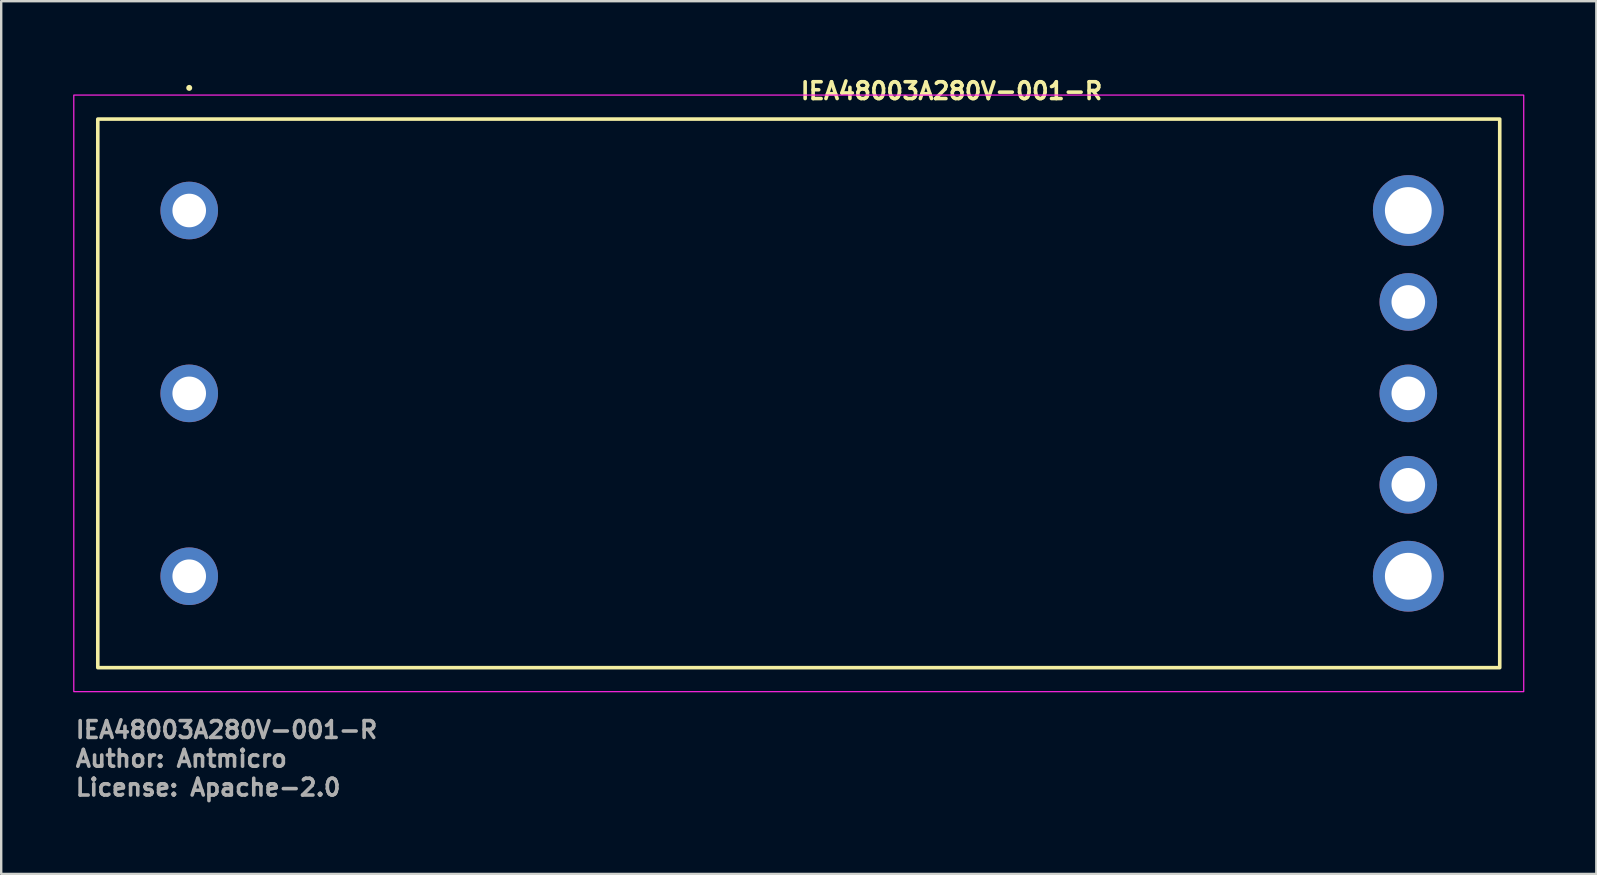
<source format=kicad_pcb>
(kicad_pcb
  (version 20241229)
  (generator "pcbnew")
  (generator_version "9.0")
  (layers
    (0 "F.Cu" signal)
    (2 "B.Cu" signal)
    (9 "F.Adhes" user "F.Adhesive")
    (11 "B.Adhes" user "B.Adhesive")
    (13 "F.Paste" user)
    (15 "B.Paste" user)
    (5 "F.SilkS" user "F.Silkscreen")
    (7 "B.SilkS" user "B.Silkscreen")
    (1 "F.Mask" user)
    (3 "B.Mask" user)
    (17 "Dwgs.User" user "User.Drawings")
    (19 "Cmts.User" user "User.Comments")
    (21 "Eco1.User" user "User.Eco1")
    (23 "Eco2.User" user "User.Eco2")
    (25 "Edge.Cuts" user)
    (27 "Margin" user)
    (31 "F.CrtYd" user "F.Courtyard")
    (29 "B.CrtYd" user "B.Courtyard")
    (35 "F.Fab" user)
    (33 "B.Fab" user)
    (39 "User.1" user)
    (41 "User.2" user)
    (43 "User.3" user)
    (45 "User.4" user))
  (footprint "IEA48003A280V-001-R"
    (layer "F.Cu")
    (at 4.835 5.722)
    (property "Reference" "IEA48003A280V-001-R" (at 25.4 -4.572 0) (unlocked yes) (layer "F.SilkS") (effects (font (size 0.7 0.7) (thickness 0.15)) (justify left bottom)))
    (attr through_hole)
    (fp_rect (start 54.61 19.05) (end -3.81 -3.81) (stroke (width 0.15) (type solid)) (fill no) (layer "F.SilkS"))
    (fp_circle (center 0 -5.11) (end 0.05 -5.11) (stroke (width 0.15) (type solid)) (fill yes) (layer "F.SilkS"))
    (fp_rect (start -4.81 -4.81) (end 55.61 20.05) (stroke (width 0.05) (type solid)) (fill no) (layer "F.CrtYd"))
    (fp_rect (start -3.812 -3.811) (end 54.608 19.049) (stroke (width 0.1) (type solid)) (fill no) (layer "User.5"))
    (fp_line (start -3.812 -3.811) (end 15.416 -3.811) (stroke (width 0.02) (type solid)) (layer "User.9"))
    (fp_line (start -3.812 19.049) (end -3.812 -3.811) (stroke (width 0.02) (type solid)) (layer "User.9"))
    (fp_line (start -2.822 3.073) (end -2.822 5.562) (stroke (width 0.02) (type solid)) (layer "User.9"))
    (fp_line (start -2.822 3.073) (end -2.009 3.073) (stroke (width 0.02) (type solid)) (layer "User.9"))
    (fp_line (start -2.822 5.562) (end -2.009 5.562) (stroke (width 0.02) (type solid)) (layer "User.9"))
    (fp_line (start -2.009 3.073) (end -2.009 5.562) (stroke (width 0.02) (type solid)) (layer "User.9"))
    (fp_line (start -0.063 9.664) (end -0.063 9.156) (stroke (width 0.02) (type solid)) (layer "User.9"))
    (fp_line (start -0.063 10.614) (end -0.063 10.106) (stroke (width 0.02) (type solid)) (layer "User.9"))
    (fp_line (start 0.14 9.664) (end 0.14 9.156) (stroke (width 0.02) (type solid)) (layer "User.9"))
    (fp_line (start 0.14 10.614) (end 0.14 10.106) (stroke (width 0.02) (type solid)) (layer "User.9"))
    (fp_line (start 0.14 11.564) (end 0.14 11.056) (stroke (width 0.02) (type solid)) (layer "User.9"))
    (fp_line (start 0.242 9.664) (end 0.242 9.156) (stroke (width 0.02) (type solid)) (layer "User.9"))
    (fp_line (start 0.242 10.614) (end 0.242 10.106) (stroke (width 0.02) (type solid)) (layer "User.9"))
    (fp_line (start 0.242 11.564) (end 0.242 11.056) (stroke (width 0.02) (type solid)) (layer "User.9"))
    (fp_line (start 0.259 9.664) (end 0.259 9.156) (stroke (width 0.02) (type solid)) (layer "User.9"))
    (fp_line (start 0.259 10.614) (end 0.259 10.106) (stroke (width 0.02) (type solid)) (layer "User.9"))
    (fp_line (start 0.259 11.564) (end 0.259 11.056) (stroke (width 0.02) (type solid)) (layer "User.9"))
    (fp_line (start 0.462 9.664) (end 0.462 9.156) (stroke (width 0.02) (type solid)) (layer "User.9"))
    (fp_line (start 0.462 10.614) (end 0.462 10.106) (stroke (width 0.02) (type solid)) (layer "User.9"))
    (fp_line (start 0.462 11.564) (end 0.462 11.056) (stroke (width 0.02) (type solid)) (layer "User.9"))
    (fp_line (start 0.585 8.861) (end 0.665 8.861) (stroke (width 0.02) (type solid)) (layer "User.9"))
    (fp_line (start 0.585 9.156) (end 0.585 8.861) (stroke (width 0.02) (type solid)) (layer "User.9"))
    (fp_line (start 0.585 10.106) (end 0.585 9.664) (stroke (width 0.02) (type solid)) (layer "User.9"))
    (fp_line (start 0.585 11.056) (end 0.585 10.614) (stroke (width 0.02) (type solid)) (layer "User.9"))
    (fp_line (start 0.585 11.858) (end 0.585 11.564) (stroke (width 0.02) (type solid)) (layer "User.9"))
    (fp_line (start 0.585 11.858) (end 0.665 11.858) (stroke (width 0.02) (type solid)) (layer "User.9"))
    (fp_line (start 0.665 8.861) (end 2.207 8.861) (stroke (width 0.02) (type solid)) (layer "User.9"))
    (fp_line (start 0.665 11.858) (end 0.665 8.861) (stroke (width 0.02) (type solid)) (layer "User.9"))
    (fp_line (start 0.665 11.858) (end 2.207 11.858) (stroke (width 0.02) (type solid)) (layer "User.9"))
    (fp_line (start 1.344 3.073) (end -2.009 3.073) (stroke (width 0.02) (type solid)) (layer "User.9"))
    (fp_line (start 1.344 3.073) (end 1.344 5.562) (stroke (width 0.02) (type solid)) (layer "User.9"))
    (fp_line (start 1.344 5.562) (end -2.009 5.562) (stroke (width 0.02) (type solid)) (layer "User.9"))
    (fp_line (start 1.674 14.858) (end 1.674 15.112) (stroke (width 0.02) (type solid)) (layer "User.9"))
    (fp_line (start 1.674 14.858) (end 4.214 14.858) (stroke (width 0.02) (type solid)) (layer "User.9"))
    (fp_line (start 1.674 15.112) (end 1.674 17.805) (stroke (width 0.02) (type solid)) (layer "User.9"))
    (fp_line (start 1.674 15.112) (end 4.214 15.112) (stroke (width 0.02) (type solid)) (layer "User.9"))
    (fp_line (start 1.674 17.805) (end 1.674 18.059) (stroke (width 0.02) (type solid)) (layer "User.9"))
    (fp_line (start 1.674 17.805) (end 4.214 17.805) (stroke (width 0.02) (type solid)) (layer "User.9"))
    (fp_line (start 1.674 18.059) (end 4.214 18.059) (stroke (width 0.02) (type solid)) (layer "User.9"))
    (fp_line (start 2.157 3.073) (end 1.344 3.073) (stroke (width 0.02) (type solid)) (layer "User.9"))
    (fp_line (start 2.157 3.073) (end 2.157 5.562) (stroke (width 0.02) (type solid)) (layer "User.9"))
    (fp_line (start 2.157 5.562) (end 1.344 5.562) (stroke (width 0.02) (type solid)) (layer "User.9"))
    (fp_line (start 2.207 8.861) (end 2.287 8.861) (stroke (width 0.02) (type solid)) (layer "User.9"))
    (fp_line (start 2.207 11.858) (end 2.207 8.861) (stroke (width 0.02) (type solid)) (layer "User.9"))
    (fp_line (start 2.207 11.858) (end 2.287 11.858) (stroke (width 0.02) (type solid)) (layer "User.9"))
    (fp_line (start 2.284 -3.303) (end 2.284 -0.763) (stroke (width 0.02) (type solid)) (layer "User.9"))
    (fp_line (start 2.284 -0.763) (end 2.284 0.879) (stroke (width 0.02) (type solid)) (layer "User.9"))
    (fp_line (start 2.284 0.879) (end 3.182 1.777) (stroke (width 0.02) (type solid)) (layer "User.9"))
    (fp_line (start 2.287 9.156) (end 2.287 8.861) (stroke (width 0.02) (type solid)) (layer "User.9"))
    (fp_line (start 2.287 10.106) (end 2.287 9.664) (stroke (width 0.02) (type solid)) (layer "User.9"))
    (fp_line (start 2.287 11.056) (end 2.287 10.614) (stroke (width 0.02) (type solid)) (layer "User.9"))
    (fp_line (start 2.287 11.858) (end 2.287 11.564) (stroke (width 0.02) (type solid)) (layer "User.9"))
    (fp_line (start 2.41 9.664) (end 2.41 9.156) (stroke (width 0.02) (type solid)) (layer "User.9"))
    (fp_line (start 2.41 10.614) (end 2.41 10.106) (stroke (width 0.02) (type solid)) (layer "User.9"))
    (fp_line (start 2.41 11.564) (end 2.41 11.056) (stroke (width 0.02) (type solid)) (layer "User.9"))
    (fp_line (start 2.612 9.664) (end 2.612 9.156) (stroke (width 0.02) (type solid)) (layer "User.9"))
    (fp_line (start 2.612 10.614) (end 2.612 10.106) (stroke (width 0.02) (type solid)) (layer "User.9"))
    (fp_line (start 2.612 11.564) (end 2.612 11.056) (stroke (width 0.02) (type solid)) (layer "User.9"))
    (fp_line (start 2.63 9.664) (end 2.63 9.156) (stroke (width 0.02) (type solid)) (layer "User.9"))
    (fp_line (start 2.63 10.614) (end 2.63 10.106) (stroke (width 0.02) (type solid)) (layer "User.9"))
    (fp_line (start 2.63 11.564) (end 2.63 11.056) (stroke (width 0.02) (type solid)) (layer "User.9"))
    (fp_line (start 2.731 9.664) (end 2.731 9.156) (stroke (width 0.02) (type solid)) (layer "User.9"))
    (fp_line (start 2.731 10.614) (end 2.731 10.106) (stroke (width 0.02) (type solid)) (layer "User.9"))
    (fp_line (start 2.731 11.564) (end 2.731 11.056) (stroke (width 0.02) (type solid)) (layer "User.9"))
    (fp_line (start 3.182 1.777) (end 4.824 1.777) (stroke (width 0.02) (type solid)) (layer "User.9"))
    (fp_line (start 3.376 8.826) (end 3.376 9.13) (stroke (width 0.02) (type solid)) (layer "User.9"))
    (fp_line (start 3.376 8.826) (end 3.528 8.826) (stroke (width 0.02) (type solid)) (layer "User.9"))
    (fp_line (start 3.376 9.13) (end 3.528 9.13) (stroke (width 0.02) (type solid)) (layer "User.9"))
    (fp_line (start 3.376 10.096) (end 3.376 10.4) (stroke (width 0.02) (type solid)) (layer "User.9"))
    (fp_line (start 3.376 10.096) (end 3.528 10.096) (stroke (width 0.02) (type solid)) (layer "User.9"))
    (fp_line (start 3.376 10.4) (end 3.528 10.4) (stroke (width 0.02) (type solid)) (layer "User.9"))
    (fp_line (start 3.376 11.366) (end 3.376 11.67) (stroke (width 0.02) (type solid)) (layer "User.9"))
    (fp_line (start 3.376 11.366) (end 3.528 11.366) (stroke (width 0.02) (type solid)) (layer "User.9"))
    (fp_line (start 3.376 11.67) (end 3.528 11.67) (stroke (width 0.02) (type solid)) (layer "User.9"))
    (fp_line (start 3.376 12.636) (end 3.376 12.94) (stroke (width 0.02) (type solid)) (layer "User.9"))
    (fp_line (start 3.376 12.636) (end 3.528 12.636) (stroke (width 0.02) (type solid)) (layer "User.9"))
    (fp_line (start 3.376 12.94) (end 3.528 12.94) (stroke (width 0.02) (type solid)) (layer "User.9"))
    (fp_line (start 3.528 8.432) (end 3.528 8.826) (stroke (width 0.02) (type solid)) (layer "User.9"))
    (fp_line (start 3.528 8.432) (end 5.738 8.432) (stroke (width 0.02) (type solid)) (layer "User.9"))
    (fp_line (start 3.528 8.826) (end 3.528 9.13) (stroke (width 0.02) (type solid)) (layer "User.9"))
    (fp_line (start 3.528 9.13) (end 3.528 10.096) (stroke (width 0.02) (type solid)) (layer "User.9"))
    (fp_line (start 3.528 10.096) (end 3.528 10.4) (stroke (width 0.02) (type solid)) (layer "User.9"))
    (fp_line (start 3.528 10.4) (end 3.528 11.366) (stroke (width 0.02) (type solid)) (layer "User.9"))
    (fp_line (start 3.528 11.366) (end 3.528 11.67) (stroke (width 0.02) (type solid)) (layer "User.9"))
    (fp_line (start 3.528 11.67) (end 3.528 12.636) (stroke (width 0.02) (type solid)) (layer "User.9"))
    (fp_line (start 3.528 12.636) (end 3.528 12.94) (stroke (width 0.02) (type solid)) (layer "User.9"))
    (fp_line (start 3.528 12.94) (end 3.528 13.334) (stroke (width 0.02) (type solid)) (layer "User.9"))
    (fp_line (start 3.528 13.334) (end 5.738 13.334) (stroke (width 0.02) (type solid)) (layer "User.9"))
    (fp_line (start 3.697 8.601) (end 3.528 8.432) (stroke (width 0.02) (type solid)) (layer "User.9"))
    (fp_line (start 3.697 8.601) (end 3.697 13.165) (stroke (width 0.02) (type solid)) (layer "User.9"))
    (fp_line (start 3.697 13.165) (end 3.528 13.334) (stroke (width 0.02) (type solid)) (layer "User.9"))
    (fp_line (start 3.697 13.165) (end 3.846 13.016) (stroke (width 0.02) (type solid)) (layer "User.9"))
    (fp_line (start 3.846 8.75) (end 3.697 8.601) (stroke (width 0.02) (type solid)) (layer "User.9"))
    (fp_line (start 3.846 8.75) (end 3.846 13.016) (stroke (width 0.02) (type solid)) (layer "User.9"))
    (fp_line (start 3.846 8.75) (end 9.104 8.75) (stroke (width 0.02) (type solid)) (layer "User.9"))
    (fp_line (start 4.214 14.858) (end 4.214 15.112) (stroke (width 0.02) (type solid)) (layer "User.9"))
    (fp_line (start 4.214 15.112) (end 4.214 17.805) (stroke (width 0.02) (type solid)) (layer "User.9"))
    (fp_line (start 4.214 17.805) (end 4.214 18.059) (stroke (width 0.02) (type solid)) (layer "User.9"))
    (fp_line (start 4.722 14.858) (end 4.722 15.112) (stroke (width 0.02) (type solid)) (layer "User.9"))
    (fp_line (start 4.722 14.858) (end 7.262 14.858) (stroke (width 0.02) (type solid)) (layer "User.9"))
    (fp_line (start 4.722 15.112) (end 4.722 17.805) (stroke (width 0.02) (type solid)) (layer "User.9"))
    (fp_line (start 4.722 15.112) (end 7.262 15.112) (stroke (width 0.02) (type solid)) (layer "User.9"))
    (fp_line (start 4.722 17.805) (end 4.722 18.059) (stroke (width 0.02) (type solid)) (layer "User.9"))
    (fp_line (start 4.722 17.805) (end 7.262 17.805) (stroke (width 0.02) (type solid)) (layer "User.9"))
    (fp_line (start 4.722 18.059) (end 7.262 18.059) (stroke (width 0.02) (type solid)) (layer "User.9"))
    (fp_line (start 4.824 -3.303) (end 2.284 -3.303) (stroke (width 0.02) (type solid)) (layer "User.9"))
    (fp_line (start 4.824 1.777) (end 7.364 1.777) (stroke (width 0.02) (type solid)) (layer "User.9"))
    (fp_line (start 5.738 8.254) (end 5.992 8.254) (stroke (width 0.02) (type solid)) (layer "User.9"))
    (fp_line (start 5.738 8.432) (end 5.738 8.254) (stroke (width 0.02) (type solid)) (layer "User.9"))
    (fp_line (start 5.738 8.432) (end 5.992 8.432) (stroke (width 0.02) (type solid)) (layer "User.9"))
    (fp_line (start 5.738 13.334) (end 5.738 13.512) (stroke (width 0.02) (type solid)) (layer "User.9"))
    (fp_line (start 5.738 13.334) (end 5.992 13.334) (stroke (width 0.02) (type solid)) (layer "User.9"))
    (fp_line (start 5.738 13.512) (end 5.992 13.512) (stroke (width 0.02) (type solid)) (layer "User.9"))
    (fp_line (start 5.992 8.432) (end 5.992 8.254) (stroke (width 0.02) (type solid)) (layer "User.9"))
    (fp_line (start 5.992 8.432) (end 9.421 8.432) (stroke (width 0.02) (type solid)) (layer "User.9"))
    (fp_line (start 5.992 13.334) (end 5.992 13.512) (stroke (width 0.02) (type solid)) (layer "User.9"))
    (fp_line (start 5.992 13.334) (end 9.421 13.334) (stroke (width 0.02) (type solid)) (layer "User.9"))
    (fp_line (start 6.466 -3.303) (end 4.824 -3.303) (stroke (width 0.02) (type solid)) (layer "User.9"))
    (fp_line (start 7.262 14.858) (end 7.262 15.112) (stroke (width 0.02) (type solid)) (layer "User.9"))
    (fp_line (start 7.262 15.112) (end 7.262 17.805) (stroke (width 0.02) (type solid)) (layer "User.9"))
    (fp_line (start 7.262 17.805) (end 7.262 18.059) (stroke (width 0.02) (type solid)) (layer "User.9"))
    (fp_line (start 7.364 -2.405) (end 6.466 -3.303) (stroke (width 0.02) (type solid)) (layer "User.9"))
    (fp_line (start 7.364 -0.763) (end 7.364 -2.405) (stroke (width 0.02) (type solid)) (layer "User.9"))
    (fp_line (start 7.364 1.777) (end 7.364 -0.763) (stroke (width 0.02) (type solid)) (layer "User.9"))
    (fp_line (start 9.104 8.75) (end 9.104 13.016) (stroke (width 0.02) (type solid)) (layer "User.9"))
    (fp_line (start 9.104 13.016) (end 3.846 13.016) (stroke (width 0.02) (type solid)) (layer "User.9"))
    (fp_line (start 9.104 13.016) (end 9.253 13.165) (stroke (width 0.02) (type solid)) (layer "User.9"))
    (fp_line (start 9.253 8.601) (end 3.697 8.601) (stroke (width 0.02) (type solid)) (layer "User.9"))
    (fp_line (start 9.253 8.601) (end 9.104 8.75) (stroke (width 0.02) (type solid)) (layer "User.9"))
    (fp_line (start 9.253 8.601) (end 9.253 13.165) (stroke (width 0.02) (type solid)) (layer "User.9"))
    (fp_line (start 9.253 13.165) (end 3.697 13.165) (stroke (width 0.02) (type solid)) (layer "User.9"))
    (fp_line (start 9.421 8.432) (end 9.253 8.601) (stroke (width 0.02) (type solid)) (layer "User.9"))
    (fp_line (start 9.421 8.432) (end 9.421 8.826) (stroke (width 0.02) (type solid)) (layer "User.9"))
    (fp_line (start 9.421 8.826) (end 9.421 9.13) (stroke (width 0.02) (type solid)) (layer "User.9"))
    (fp_line (start 9.421 9.13) (end 9.421 10.096) (stroke (width 0.02) (type solid)) (layer "User.9"))
    (fp_line (start 9.421 10.096) (end 9.421 10.4) (stroke (width 0.02) (type solid)) (layer "User.9"))
    (fp_line (start 9.421 10.4) (end 9.421 11.366) (stroke (width 0.02) (type solid)) (layer "User.9"))
    (fp_line (start 9.421 11.366) (end 9.421 11.67) (stroke (width 0.02) (type solid)) (layer "User.9"))
    (fp_line (start 9.421 11.67) (end 9.421 12.636) (stroke (width 0.02) (type solid)) (layer "User.9"))
    (fp_line (start 9.421 12.636) (end 9.421 12.94) (stroke (width 0.02) (type solid)) (layer "User.9"))
    (fp_line (start 9.421 12.94) (end 9.421 13.334) (stroke (width 0.02) (type solid)) (layer "User.9"))
    (fp_line (start 9.421 13.334) (end 9.253 13.165) (stroke (width 0.02) (type solid)) (layer "User.9"))
    (fp_line (start 9.574 8.826) (end 9.421 8.826) (stroke (width 0.02) (type solid)) (layer "User.9"))
    (fp_line (start 9.574 8.826) (end 9.574 9.13) (stroke (width 0.02) (type solid)) (layer "User.9"))
    (fp_line (start 9.574 9.13) (end 9.421 9.13) (stroke (width 0.02) (type solid)) (layer "User.9"))
    (fp_line (start 9.574 10.096) (end 9.421 10.096) (stroke (width 0.02) (type solid)) (layer "User.9"))
    (fp_line (start 9.574 10.096) (end 9.574 10.4) (stroke (width 0.02) (type solid)) (layer "User.9"))
    (fp_line (start 9.574 10.4) (end 9.421 10.4) (stroke (width 0.02) (type solid)) (layer "User.9"))
    (fp_line (start 9.574 11.366) (end 9.421 11.366) (stroke (width 0.02) (type solid)) (layer "User.9"))
    (fp_line (start 9.574 11.366) (end 9.574 11.67) (stroke (width 0.02) (type solid)) (layer "User.9"))
    (fp_line (start 9.574 11.67) (end 9.421 11.67) (stroke (width 0.02) (type solid)) (layer "User.9"))
    (fp_line (start 9.574 12.636) (end 9.421 12.636) (stroke (width 0.02) (type solid)) (layer "User.9"))
    (fp_line (start 9.574 12.636) (end 9.574 12.94) (stroke (width 0.02) (type solid)) (layer "User.9"))
    (fp_line (start 9.574 12.94) (end 9.421 12.94) (stroke (width 0.02) (type solid)) (layer "User.9"))
    (fp_line (start 9.624 3.022) (end 9.624 3.53) (stroke (width 0.02) (type solid)) (layer "User.9"))
    (fp_line (start 9.624 3.022) (end 11.453 3.022) (stroke (width 0.02) (type solid)) (layer "User.9"))
    (fp_line (start 9.624 3.53) (end 9.624 5.917) (stroke (width 0.02) (type solid)) (layer "User.9"))
    (fp_line (start 9.624 3.53) (end 11.453 3.53) (stroke (width 0.02) (type solid)) (layer "User.9"))
    (fp_line (start 9.624 5.917) (end 11.453 5.917) (stroke (width 0.02) (type solid)) (layer "User.9"))
    (fp_line (start 9.624 6.425) (end 9.624 5.917) (stroke (width 0.02) (type solid)) (layer "User.9"))
    (fp_line (start 9.624 6.425) (end 11.453 6.425) (stroke (width 0.02) (type solid)) (layer "User.9"))
    (fp_line (start 11.453 3.022) (end 11.453 3.53) (stroke (width 0.02) (type solid)) (layer "User.9"))
    (fp_line (start 11.453 3.53) (end 11.453 5.917) (stroke (width 0.02) (type solid)) (layer "User.9"))
    (fp_line (start 11.453 6.425) (end 11.453 5.917) (stroke (width 0.02) (type solid)) (layer "User.9"))
    (fp_line (start 12.799 0.075) (end 12.799 0.787) (stroke (width 0.02) (type solid)) (layer "User.9"))
    (fp_line (start 12.799 0.787) (end 13.257 1.244) (stroke (width 0.02) (type solid)) (layer "User.9"))
    (fp_line (start 12.799 9.677) (end 12.799 10.388) (stroke (width 0.02) (type solid)) (layer "User.9"))
    (fp_line (start 12.799 10.388) (end 16.736 14.325) (stroke (width 0.02) (type solid)) (layer "User.9"))
    (fp_line (start 13.257 1.244) (end 13.502 1.244) (stroke (width 0.02) (type solid)) (layer "User.9"))
    (fp_line (start 13.257 9.219) (end 12.799 9.677) (stroke (width 0.02) (type solid)) (layer "User.9"))
    (fp_line (start 13.333 0.533) (end 17.143 -3.709) (stroke (width 0.02) (type solid)) (layer "User.9"))
    (fp_line (start 13.333 9.931) (end 14.45 5.232) (stroke (width 0.02) (type solid)) (layer "User.9"))
    (fp_line (start 13.417 9.577) (end 13.502 9.219) (stroke (width 0.02) (type solid)) (layer "User.9"))
    (fp_line (start 13.502 1.244) (end 13.417 0.886) (stroke (width 0.02) (type solid)) (layer "User.9"))
    (fp_line (start 13.502 9.219) (end 13.257 9.219) (stroke (width 0.02) (type solid)) (layer "User.9"))
    (fp_line (start 14.45 5.232) (end 13.333 0.533) (stroke (width 0.02) (type solid)) (layer "User.9"))
    (fp_line (start 15.416 -3.811) (end 15.416 -2.541) (stroke (width 0.02) (type solid)) (layer "User.9"))
    (fp_line (start 15.416 -2.541) (end 12.799 0.075) (stroke (width 0.02) (type solid)) (layer "User.9"))
    (fp_line (start 16 1.498) (end 16 9.118) (stroke (width 0.02) (type solid)) (layer "User.9"))
    (fp_line (start 16 9.118) (end 21.08 9.118) (stroke (width 0.02) (type solid)) (layer "User.9"))
    (fp_line (start 16.736 14.325) (end 20.343 14.325) (stroke (width 0.02) (type solid)) (layer "User.9"))
    (fp_line (start 17.143 14.172) (end 13.333 9.931) (stroke (width 0.02) (type solid)) (layer "User.9"))
    (fp_line (start 17.143 14.172) (end 19.937 14.172) (stroke (width 0.02) (type solid)) (layer "User.9"))
    (fp_line (start 19.937 -3.709) (end 17.143 -3.709) (stroke (width 0.02) (type solid)) (layer "User.9"))
    (fp_line (start 19.937 14.172) (end 23.747 9.931) (stroke (width 0.02) (type solid)) (layer "User.9"))
    (fp_line (start 20.343 14.325) (end 24.28 10.388) (stroke (width 0.02) (type solid)) (layer "User.9"))
    (fp_line (start 21.08 1.498) (end 16 1.498) (stroke (width 0.02) (type solid)) (layer "User.9"))
    (fp_line (start 21.08 9.118) (end 21.08 1.498) (stroke (width 0.02) (type solid)) (layer "User.9"))
    (fp_line (start 21.664 -3.811) (end 54.608 -3.811) (stroke (width 0.02) (type solid)) (layer "User.9"))
    (fp_line (start 21.664 -2.541) (end 21.664 -3.811) (stroke (width 0.02) (type solid)) (layer "User.9"))
    (fp_line (start 22.35 16.484) (end 22.553 16.484) (stroke (width 0.02) (type solid)) (layer "User.9"))
    (fp_line (start 22.35 16.89) (end 22.35 16.484) (stroke (width 0.02) (type solid)) (layer "User.9"))
    (fp_line (start 22.35 17.754) (end 22.35 18.16) (stroke (width 0.02) (type solid)) (layer "User.9"))
    (fp_line (start 22.35 18.16) (end 22.553 18.16) (stroke (width 0.02) (type solid)) (layer "User.9"))
    (fp_line (start 22.375 13.41) (end 22.375 15.442) (stroke (width 0.02) (type solid)) (layer "User.9"))
    (fp_line (start 22.553 16.077) (end 22.553 16.484) (stroke (width 0.02) (type solid)) (layer "User.9"))
    (fp_line (start 22.553 16.484) (end 22.553 16.89) (stroke (width 0.02) (type solid)) (layer "User.9"))
    (fp_line (start 22.553 16.89) (end 22.35 16.89) (stroke (width 0.02) (type solid)) (layer "User.9"))
    (fp_line (start 22.553 16.89) (end 22.553 17.754) (stroke (width 0.02) (type solid)) (layer "User.9"))
    (fp_line (start 22.553 17.754) (end 22.35 17.754) (stroke (width 0.02) (type solid)) (layer "User.9"))
    (fp_line (start 22.553 18.16) (end 22.553 17.754) (stroke (width 0.02) (type solid)) (layer "User.9"))
    (fp_line (start 22.553 18.16) (end 22.553 18.567) (stroke (width 0.02) (type solid)) (layer "User.9"))
    (fp_line (start 22.553 18.567) (end 27.125 18.567) (stroke (width 0.02) (type solid)) (layer "User.9"))
    (fp_line (start 22.629 5.232) (end 23.747 0.533) (stroke (width 0.02) (type solid)) (layer "User.9"))
    (fp_line (start 22.756 16.281) (end 22.553 16.077) (stroke (width 0.02) (type solid)) (layer "User.9"))
    (fp_line (start 22.756 16.281) (end 22.756 18.363) (stroke (width 0.02) (type solid)) (layer "User.9"))
    (fp_line (start 22.756 18.363) (end 22.553 18.567) (stroke (width 0.02) (type solid)) (layer "User.9"))
    (fp_line (start 22.756 18.363) (end 26.922 18.363) (stroke (width 0.02) (type solid)) (layer "User.9"))
    (fp_line (start 22.959 13.41) (end 22.375 13.41) (stroke (width 0.02) (type solid)) (layer "User.9"))
    (fp_line (start 22.959 13.41) (end 22.959 15.442) (stroke (width 0.02) (type solid)) (layer "User.9"))
    (fp_line (start 22.959 15.442) (end 22.375 15.442) (stroke (width 0.02) (type solid)) (layer "User.9"))
    (fp_line (start 23.578 1.244) (end 23.823 1.244) (stroke (width 0.02) (type solid)) (layer "User.9"))
    (fp_line (start 23.578 9.219) (end 23.663 9.577) (stroke (width 0.02) (type solid)) (layer "User.9"))
    (fp_line (start 23.663 0.886) (end 23.578 1.244) (stroke (width 0.02) (type solid)) (layer "User.9"))
    (fp_line (start 23.747 0.533) (end 19.937 -3.709) (stroke (width 0.02) (type solid)) (layer "User.9"))
    (fp_line (start 23.747 9.931) (end 22.629 5.232) (stroke (width 0.02) (type solid)) (layer "User.9"))
    (fp_line (start 23.823 1.244) (end 24.28 0.787) (stroke (width 0.02) (type solid)) (layer "User.9"))
    (fp_line (start 23.823 9.219) (end 23.578 9.219) (stroke (width 0.02) (type solid)) (layer "User.9"))
    (fp_line (start 24.28 0.075) (end 21.664 -2.541) (stroke (width 0.02) (type solid)) (layer "User.9"))
    (fp_line (start 24.28 0.787) (end 24.28 0.075) (stroke (width 0.02) (type solid)) (layer "User.9"))
    (fp_line (start 24.28 9.677) (end 23.823 9.219) (stroke (width 0.02) (type solid)) (layer "User.9"))
    (fp_line (start 24.28 10.388) (end 24.28 9.677) (stroke (width 0.02) (type solid)) (layer "User.9"))
    (fp_line (start 25.068 9.283) (end 25.068 9.363) (stroke (width 0.02) (type solid)) (layer "User.9"))
    (fp_line (start 25.068 9.283) (end 25.362 9.283) (stroke (width 0.02) (type solid)) (layer "User.9"))
    (fp_line (start 25.068 9.363) (end 25.068 10.905) (stroke (width 0.02) (type solid)) (layer "User.9"))
    (fp_line (start 25.068 9.363) (end 28.065 9.363) (stroke (width 0.02) (type solid)) (layer "User.9"))
    (fp_line (start 25.068 10.905) (end 25.068 10.985) (stroke (width 0.02) (type solid)) (layer "User.9"))
    (fp_line (start 25.068 10.905) (end 28.065 10.905) (stroke (width 0.02) (type solid)) (layer "User.9"))
    (fp_line (start 25.068 10.985) (end 25.362 10.985) (stroke (width 0.02) (type solid)) (layer "User.9"))
    (fp_line (start 25.362 8.838) (end 25.87 8.838) (stroke (width 0.02) (type solid)) (layer "User.9"))
    (fp_line (start 25.362 8.94) (end 25.87 8.94) (stroke (width 0.02) (type solid)) (layer "User.9"))
    (fp_line (start 25.362 8.957) (end 25.87 8.957) (stroke (width 0.02) (type solid)) (layer "User.9"))
    (fp_line (start 25.362 9.16) (end 25.87 9.16) (stroke (width 0.02) (type solid)) (layer "User.9"))
    (fp_line (start 25.362 11.108) (end 25.87 11.108) (stroke (width 0.02) (type solid)) (layer "User.9"))
    (fp_line (start 25.362 11.31) (end 25.87 11.31) (stroke (width 0.02) (type solid)) (layer "User.9"))
    (fp_line (start 25.362 11.328) (end 25.87 11.328) (stroke (width 0.02) (type solid)) (layer "User.9"))
    (fp_line (start 25.362 11.429) (end 25.87 11.429) (stroke (width 0.02) (type solid)) (layer "User.9"))
    (fp_line (start 25.87 9.283) (end 26.312 9.283) (stroke (width 0.02) (type solid)) (layer "User.9"))
    (fp_line (start 25.87 10.985) (end 26.312 10.985) (stroke (width 0.02) (type solid)) (layer "User.9"))
    (fp_line (start 26.312 8.635) (end 26.82 8.635) (stroke (width 0.02) (type solid)) (layer "User.9"))
    (fp_line (start 26.312 8.838) (end 26.82 8.838) (stroke (width 0.02) (type solid)) (layer "User.9"))
    (fp_line (start 26.312 8.94) (end 26.82 8.94) (stroke (width 0.02) (type solid)) (layer "User.9"))
    (fp_line (start 26.312 8.957) (end 26.82 8.957) (stroke (width 0.02) (type solid)) (layer "User.9"))
    (fp_line (start 26.312 9.16) (end 26.82 9.16) (stroke (width 0.02) (type solid)) (layer "User.9"))
    (fp_line (start 26.312 11.108) (end 26.82 11.108) (stroke (width 0.02) (type solid)) (layer "User.9"))
    (fp_line (start 26.312 11.31) (end 26.82 11.31) (stroke (width 0.02) (type solid)) (layer "User.9"))
    (fp_line (start 26.312 11.328) (end 26.82 11.328) (stroke (width 0.02) (type solid)) (layer "User.9"))
    (fp_line (start 26.312 11.429) (end 26.82 11.429) (stroke (width 0.02) (type solid)) (layer "User.9"))
    (fp_line (start 26.312 13.41) (end 22.959 13.41) (stroke (width 0.02) (type solid)) (layer "User.9"))
    (fp_line (start 26.312 13.41) (end 26.312 15.442) (stroke (width 0.02) (type solid)) (layer "User.9"))
    (fp_line (start 26.312 15.442) (end 22.959 15.442) (stroke (width 0.02) (type solid)) (layer "User.9"))
    (fp_line (start 26.82 9.283) (end 27.262 9.283) (stroke (width 0.02) (type solid)) (layer "User.9"))
    (fp_line (start 26.82 10.985) (end 27.262 10.985) (stroke (width 0.02) (type solid)) (layer "User.9"))
    (fp_line (start 26.896 13.41) (end 26.312 13.41) (stroke (width 0.02) (type solid)) (layer "User.9"))
    (fp_line (start 26.896 13.41) (end 26.896 15.442) (stroke (width 0.02) (type solid)) (layer "User.9"))
    (fp_line (start 26.896 15.442) (end 26.312 15.442) (stroke (width 0.02) (type solid)) (layer "User.9"))
    (fp_line (start 26.922 16.281) (end 22.756 16.281) (stroke (width 0.02) (type solid)) (layer "User.9"))
    (fp_line (start 26.922 16.281) (end 27.125 16.077) (stroke (width 0.02) (type solid)) (layer "User.9"))
    (fp_line (start 26.922 18.363) (end 26.922 16.281) (stroke (width 0.02) (type solid)) (layer "User.9"))
    (fp_line (start 26.922 18.363) (end 27.125 18.567) (stroke (width 0.02) (type solid)) (layer "User.9"))
    (fp_line (start 27.036 -2.3) (end 27.036 -2.554) (stroke (width 0.02) (type solid)) (layer "User.9"))
    (fp_line (start 27.036 -2.3) (end 27.036 2.628) (stroke (width 0.02) (type solid)) (layer "User.9"))
    (fp_line (start 27.036 2.628) (end 27.036 2.882) (stroke (width 0.02) (type solid)) (layer "User.9"))
    (fp_line (start 27.036 2.628) (end 31.075 2.628) (stroke (width 0.02) (type solid)) (layer "User.9"))
    (fp_line (start 27.036 2.882) (end 28.116 2.882) (stroke (width 0.02) (type solid)) (layer "User.9"))
    (fp_line (start 27.125 16.077) (end 22.553 16.077) (stroke (width 0.02) (type solid)) (layer "User.9"))
    (fp_line (start 27.125 16.484) (end 27.125 16.077) (stroke (width 0.02) (type solid)) (layer "User.9"))
    (fp_line (start 27.125 16.484) (end 27.125 16.89) (stroke (width 0.02) (type solid)) (layer "User.9"))
    (fp_line (start 27.125 16.89) (end 27.328 16.89) (stroke (width 0.02) (type solid)) (layer "User.9"))
    (fp_line (start 27.125 17.754) (end 27.125 16.89) (stroke (width 0.02) (type solid)) (layer "User.9"))
    (fp_line (start 27.125 17.754) (end 27.328 17.754) (stroke (width 0.02) (type solid)) (layer "User.9"))
    (fp_line (start 27.125 18.16) (end 27.125 17.754) (stroke (width 0.02) (type solid)) (layer "User.9"))
    (fp_line (start 27.125 18.567) (end 27.125 18.16) (stroke (width 0.02) (type solid)) (layer "User.9"))
    (fp_line (start 27.262 8.635) (end 27.77 8.635) (stroke (width 0.02) (type solid)) (layer "User.9"))
    (fp_line (start 27.262 8.838) (end 27.77 8.838) (stroke (width 0.02) (type solid)) (layer "User.9"))
    (fp_line (start 27.262 8.94) (end 27.77 8.94) (stroke (width 0.02) (type solid)) (layer "User.9"))
    (fp_line (start 27.262 8.957) (end 27.77 8.957) (stroke (width 0.02) (type solid)) (layer "User.9"))
    (fp_line (start 27.262 9.16) (end 27.77 9.16) (stroke (width 0.02) (type solid)) (layer "User.9"))
    (fp_line (start 27.262 11.108) (end 27.77 11.108) (stroke (width 0.02) (type solid)) (layer "User.9"))
    (fp_line (start 27.262 11.31) (end 27.77 11.31) (stroke (width 0.02) (type solid)) (layer "User.9"))
    (fp_line (start 27.262 11.328) (end 27.77 11.328) (stroke (width 0.02) (type solid)) (layer "User.9"))
    (fp_line (start 27.262 11.429) (end 27.77 11.429) (stroke (width 0.02) (type solid)) (layer "User.9"))
    (fp_line (start 27.328 16.484) (end 27.125 16.484) (stroke (width 0.02) (type solid)) (layer "User.9"))
    (fp_line (start 27.328 16.89) (end 27.328 16.484) (stroke (width 0.02) (type solid)) (layer "User.9"))
    (fp_line (start 27.328 17.754) (end 27.328 18.16) (stroke (width 0.02) (type solid)) (layer "User.9"))
    (fp_line (start 27.328 18.16) (end 27.125 18.16) (stroke (width 0.02) (type solid)) (layer "User.9"))
    (fp_line (start 27.633 -3.201) (end 27.633 -2.458) (stroke (width 0.02) (type solid)) (layer "User.9"))
    (fp_line (start 27.633 -2.554) (end 27.036 -2.554) (stroke (width 0.02) (type solid)) (layer "User.9"))
    (fp_line (start 27.77 9.283) (end 28.065 9.283) (stroke (width 0.02) (type solid)) (layer "User.9"))
    (fp_line (start 27.77 10.985) (end 28.065 10.985) (stroke (width 0.02) (type solid)) (layer "User.9"))
    (fp_line (start 28.065 9.283) (end 28.065 9.363) (stroke (width 0.02) (type solid)) (layer "User.9"))
    (fp_line (start 28.065 9.363) (end 28.065 10.905) (stroke (width 0.02) (type solid)) (layer "User.9"))
    (fp_line (start 28.065 10.905) (end 28.065 10.985) (stroke (width 0.02) (type solid)) (layer "User.9"))
    (fp_line (start 28.116 2.787) (end 28.116 3.835) (stroke (width 0.02) (type solid)) (layer "User.9"))
    (fp_line (start 28.116 3.835) (end 29.995 3.835) (stroke (width 0.02) (type solid)) (layer "User.9"))
    (fp_line (start 28.624 -3.201) (end 27.633 -3.201) (stroke (width 0.02) (type solid)) (layer "User.9"))
    (fp_line (start 28.624 -2.458) (end 27.633 -2.458) (stroke (width 0.02) (type solid)) (layer "User.9"))
    (fp_line (start 28.624 -2.458) (end 28.624 -3.201) (stroke (width 0.02) (type solid)) (layer "User.9"))
    (fp_line (start 29.487 -3.201) (end 30.478 -3.201) (stroke (width 0.02) (type solid)) (layer "User.9"))
    (fp_line (start 29.487 -2.554) (end 28.624 -2.554) (stroke (width 0.02) (type solid)) (layer "User.9"))
    (fp_line (start 29.487 -2.458) (end 29.487 -3.201) (stroke (width 0.02) (type solid)) (layer "User.9"))
    (fp_line (start 29.487 -2.458) (end 30.478 -2.458) (stroke (width 0.02) (type solid)) (layer "User.9"))
    (fp_line (start 29.995 2.787) (end 28.116 2.787) (stroke (width 0.02) (type solid)) (layer "User.9"))
    (fp_line (start 29.995 2.882) (end 31.075 2.882) (stroke (width 0.02) (type solid)) (layer "User.9"))
    (fp_line (start 29.995 3.835) (end 29.995 2.787) (stroke (width 0.02) (type solid)) (layer "User.9"))
    (fp_line (start 30.478 -3.201) (end 30.478 -2.458) (stroke (width 0.02) (type solid)) (layer "User.9"))
    (fp_line (start 30.757 11.302) (end 30.757 12.318) (stroke (width 0.02) (type solid)) (layer "User.9"))
    (fp_line (start 30.757 12.318) (end 31.214 12.318) (stroke (width 0.02) (type solid)) (layer "User.9"))
    (fp_line (start 30.859 5.613) (end 30.859 7.441) (stroke (width 0.02) (type solid)) (layer "User.9"))
    (fp_line (start 30.859 5.613) (end 31.367 5.613) (stroke (width 0.02) (type solid)) (layer "User.9"))
    (fp_line (start 30.859 7.441) (end 31.367 7.441) (stroke (width 0.02) (type solid)) (layer "User.9"))
    (fp_line (start 30.91 7.848) (end 30.91 10.439) (stroke (width 0.02) (type solid)) (layer "User.9"))
    (fp_line (start 30.91 7.848) (end 31.418 7.848) (stroke (width 0.02) (type solid)) (layer "User.9"))
    (fp_line (start 30.91 10.439) (end 31.418 10.439) (stroke (width 0.02) (type solid)) (layer "User.9"))
    (fp_line (start 31.075 -2.554) (end 30.478 -2.554) (stroke (width 0.02) (type solid)) (layer "User.9"))
    (fp_line (start 31.075 -2.3) (end 27.036 -2.3) (stroke (width 0.02) (type solid)) (layer "User.9"))
    (fp_line (start 31.075 -2.3) (end 31.075 -2.554) (stroke (width 0.02) (type solid)) (layer "User.9"))
    (fp_line (start 31.075 2.628) (end 31.075 -2.3) (stroke (width 0.02) (type solid)) (layer "User.9"))
    (fp_line (start 31.075 2.628) (end 31.075 2.882) (stroke (width 0.02) (type solid)) (layer "User.9"))
    (fp_line (start 31.214 10.896) (end 31.214 12.725) (stroke (width 0.02) (type solid)) (layer "User.9"))
    (fp_line (start 31.214 11.302) (end 30.757 11.302) (stroke (width 0.02) (type solid)) (layer "User.9"))
    (fp_line (start 31.214 12.725) (end 34.008 12.725) (stroke (width 0.02) (type solid)) (layer "User.9"))
    (fp_line (start 31.281 10.962) (end 31.214 10.896) (stroke (width 0.02) (type solid)) (layer "User.9"))
    (fp_line (start 31.281 10.962) (end 31.281 12.658) (stroke (width 0.02) (type solid)) (layer "User.9"))
    (fp_line (start 31.281 12.658) (end 31.214 12.725) (stroke (width 0.02) (type solid)) (layer "User.9"))
    (fp_line (start 31.281 12.658) (end 33.942 12.658) (stroke (width 0.02) (type solid)) (layer "User.9"))
    (fp_line (start 31.367 5.613) (end 31.367 7.441) (stroke (width 0.02) (type solid)) (layer "User.9"))
    (fp_line (start 31.418 7.848) (end 31.418 10.439) (stroke (width 0.02) (type solid)) (layer "User.9"))
    (fp_line (start 31.557 -2.3) (end 31.557 -2.554) (stroke (width 0.02) (type solid)) (layer "User.9"))
    (fp_line (start 31.557 -2.3) (end 31.557 2.628) (stroke (width 0.02) (type solid)) (layer "User.9"))
    (fp_line (start 31.557 2.628) (end 31.557 2.882) (stroke (width 0.02) (type solid)) (layer "User.9"))
    (fp_line (start 31.557 2.628) (end 35.596 2.628) (stroke (width 0.02) (type solid)) (layer "User.9"))
    (fp_line (start 31.557 2.882) (end 32.637 2.882) (stroke (width 0.02) (type solid)) (layer "User.9"))
    (fp_line (start 32.154 -3.201) (end 32.154 -2.458) (stroke (width 0.02) (type solid)) (layer "User.9"))
    (fp_line (start 32.154 -2.554) (end 31.557 -2.554) (stroke (width 0.02) (type solid)) (layer "User.9"))
    (fp_line (start 32.637 2.787) (end 32.637 3.835) (stroke (width 0.02) (type solid)) (layer "User.9"))
    (fp_line (start 32.637 3.835) (end 34.516 3.835) (stroke (width 0.02) (type solid)) (layer "User.9"))
    (fp_line (start 33.145 -3.201) (end 32.154 -3.201) (stroke (width 0.02) (type solid)) (layer "User.9"))
    (fp_line (start 33.145 -2.458) (end 32.154 -2.458) (stroke (width 0.02) (type solid)) (layer "User.9"))
    (fp_line (start 33.145 -2.458) (end 33.145 -3.201) (stroke (width 0.02) (type solid)) (layer "User.9"))
    (fp_line (start 33.602 7.848) (end 31.418 7.848) (stroke (width 0.02) (type solid)) (layer "User.9"))
    (fp_line (start 33.602 7.848) (end 33.602 10.439) (stroke (width 0.02) (type solid)) (layer "User.9"))
    (fp_line (start 33.602 10.439) (end 31.418 10.439) (stroke (width 0.02) (type solid)) (layer "User.9"))
    (fp_line (start 33.754 5.613) (end 31.367 5.613) (stroke (width 0.02) (type solid)) (layer "User.9"))
    (fp_line (start 33.754 5.613) (end 33.754 7.441) (stroke (width 0.02) (type solid)) (layer "User.9"))
    (fp_line (start 33.754 7.441) (end 31.367 7.441) (stroke (width 0.02) (type solid)) (layer "User.9"))
    (fp_line (start 33.942 10.962) (end 31.281 10.962) (stroke (width 0.02) (type solid)) (layer "User.9"))
    (fp_line (start 33.942 10.962) (end 34.008 10.896) (stroke (width 0.02) (type solid)) (layer "User.9"))
    (fp_line (start 33.942 12.658) (end 33.942 10.962) (stroke (width 0.02) (type solid)) (layer "User.9"))
    (fp_line (start 33.942 12.658) (end 34.008 12.725) (stroke (width 0.02) (type solid)) (layer "User.9"))
    (fp_line (start 34.008 -3.201) (end 34.999 -3.201) (stroke (width 0.02) (type solid)) (layer "User.9"))
    (fp_line (start 34.008 -2.554) (end 33.145 -2.554) (stroke (width 0.02) (type solid)) (layer "User.9"))
    (fp_line (start 34.008 -2.458) (end 34.008 -3.201) (stroke (width 0.02) (type solid)) (layer "User.9"))
    (fp_line (start 34.008 -2.458) (end 34.999 -2.458) (stroke (width 0.02) (type solid)) (layer "User.9"))
    (fp_line (start 34.008 10.896) (end 31.214 10.896) (stroke (width 0.02) (type solid)) (layer "User.9"))
    (fp_line (start 34.008 11.302) (end 34.466 11.302) (stroke (width 0.02) (type solid)) (layer "User.9"))
    (fp_line (start 34.008 12.725) (end 34.008 10.896) (stroke (width 0.02) (type solid)) (layer "User.9"))
    (fp_line (start 34.11 7.848) (end 33.602 7.848) (stroke (width 0.02) (type solid)) (layer "User.9"))
    (fp_line (start 34.11 7.848) (end 34.11 10.439) (stroke (width 0.02) (type solid)) (layer "User.9"))
    (fp_line (start 34.11 10.439) (end 33.602 10.439) (stroke (width 0.02) (type solid)) (layer "User.9"))
    (fp_line (start 34.262 5.613) (end 33.754 5.613) (stroke (width 0.02) (type solid)) (layer "User.9"))
    (fp_line (start 34.262 5.613) (end 34.262 7.441) (stroke (width 0.02) (type solid)) (layer "User.9"))
    (fp_line (start 34.262 7.441) (end 33.754 7.441) (stroke (width 0.02) (type solid)) (layer "User.9"))
    (fp_line (start 34.466 11.302) (end 34.466 12.318) (stroke (width 0.02) (type solid)) (layer "User.9"))
    (fp_line (start 34.466 12.318) (end 34.008 12.318) (stroke (width 0.02) (type solid)) (layer "User.9"))
    (fp_line (start 34.516 2.787) (end 32.637 2.787) (stroke (width 0.02) (type solid)) (layer "User.9"))
    (fp_line (start 34.516 2.882) (end 35.596 2.882) (stroke (width 0.02) (type solid)) (layer "User.9"))
    (fp_line (start 34.516 3.835) (end 34.516 2.787) (stroke (width 0.02) (type solid)) (layer "User.9"))
    (fp_line (start 34.999 -3.201) (end 34.999 -2.458) (stroke (width 0.02) (type solid)) (layer "User.9"))
    (fp_line (start 35.596 -2.554) (end 34.999 -2.554) (stroke (width 0.02) (type solid)) (layer "User.9"))
    (fp_line (start 35.596 -2.3) (end 31.557 -2.3) (stroke (width 0.02) (type solid)) (layer "User.9"))
    (fp_line (start 35.596 -2.3) (end 35.596 -2.554) (stroke (width 0.02) (type solid)) (layer "User.9"))
    (fp_line (start 35.596 2.628) (end 35.596 -2.3) (stroke (width 0.02) (type solid)) (layer "User.9"))
    (fp_line (start 35.596 2.628) (end 35.596 2.882) (stroke (width 0.02) (type solid)) (layer "User.9"))
    (fp_line (start 35.939 4.724) (end 35.939 5.435) (stroke (width 0.02) (type solid)) (layer "User.9"))
    (fp_line (start 35.939 5.435) (end 36.396 5.892) (stroke (width 0.02) (type solid)) (layer "User.9"))
    (fp_line (start 35.939 14.325) (end 35.939 15.036) (stroke (width 0.02) (type solid)) (layer "User.9"))
    (fp_line (start 35.939 15.036) (end 38.682 17.779) (stroke (width 0.02) (type solid)) (layer "User.9"))
    (fp_line (start 36.396 5.892) (end 36.641 5.892) (stroke (width 0.02) (type solid)) (layer "User.9"))
    (fp_line (start 36.396 13.868) (end 35.939 14.325) (stroke (width 0.02) (type solid)) (layer "User.9"))
    (fp_line (start 36.472 5.181) (end 37.59 9.88) (stroke (width 0.02) (type solid)) (layer "User.9"))
    (fp_line (start 36.472 14.579) (end 40.282 18.821) (stroke (width 0.02) (type solid)) (layer "User.9"))
    (fp_line (start 36.556 14.225) (end 36.641 13.868) (stroke (width 0.02) (type solid)) (layer "User.9"))
    (fp_line (start 36.574 -2.541) (end 36.574 -2.795) (stroke (width 0.02) (type solid)) (layer "User.9"))
    (fp_line (start 36.574 0.152) (end 36.574 -2.541) (stroke (width 0.02) (type solid)) (layer "User.9"))
    (fp_line (start 36.574 0.406) (end 36.574 0.152) (stroke (width 0.02) (type solid)) (layer "User.9"))
    (fp_line (start 36.641 5.892) (end 36.556 5.534) (stroke (width 0.02) (type solid)) (layer "User.9"))
    (fp_line (start 36.641 13.868) (end 36.396 13.868) (stroke (width 0.02) (type solid)) (layer "User.9"))
    (fp_line (start 37.59 9.88) (end 36.472 14.579) (stroke (width 0.02) (type solid)) (layer "User.9"))
    (fp_line (start 38.682 17.779) (end 38.682 19.049) (stroke (width 0.02) (type solid)) (layer "User.9"))
    (fp_line (start 38.682 19.049) (end -3.812 19.049) (stroke (width 0.02) (type solid)) (layer "User.9"))
    (fp_line (start 39.063 -2.795) (end 36.574 -2.795) (stroke (width 0.02) (type solid)) (layer "User.9"))
    (fp_line (start 39.063 -2.541) (end 36.574 -2.541) (stroke (width 0.02) (type solid)) (layer "User.9"))
    (fp_line (start 39.063 -2.541) (end 39.063 -2.795) (stroke (width 0.02) (type solid)) (layer "User.9"))
    (fp_line (start 39.063 0.152) (end 36.574 0.152) (stroke (width 0.02) (type solid)) (layer "User.9"))
    (fp_line (start 39.063 0.152) (end 39.063 -2.541) (stroke (width 0.02) (type solid)) (layer "User.9"))
    (fp_line (start 39.063 0.406) (end 36.574 0.406) (stroke (width 0.02) (type solid)) (layer "User.9"))
    (fp_line (start 39.063 0.406) (end 39.063 0.152) (stroke (width 0.02) (type solid)) (layer "User.9"))
    (fp_line (start 39.114 5.994) (end 39.114 13.614) (stroke (width 0.02) (type solid)) (layer "User.9"))
    (fp_line (start 39.114 13.614) (end 44.194 13.614) (stroke (width 0.02) (type solid)) (layer "User.9"))
    (fp_line (start 39.876 0.787) (end 35.939 4.724) (stroke (width 0.02) (type solid)) (layer "User.9"))
    (fp_line (start 40.003 -3.328) (end 40.003 -1.703) (stroke (width 0.02) (type solid)) (layer "User.9"))
    (fp_line (start 40.003 -1.22) (end 40.003 0.406) (stroke (width 0.02) (type solid)) (layer "User.9"))
    (fp_line (start 40.206 -3.328) (end 40.003 -3.328) (stroke (width 0.02) (type solid)) (layer "User.9"))
    (fp_line (start 40.206 -3.328) (end 40.206 -1.703) (stroke (width 0.02) (type solid)) (layer "User.9"))
    (fp_line (start 40.206 -1.703) (end 40.003 -1.703) (stroke (width 0.02) (type solid)) (layer "User.9"))
    (fp_line (start 40.206 -1.22) (end 40.003 -1.22) (stroke (width 0.02) (type solid)) (layer "User.9"))
    (fp_line (start 40.206 -1.22) (end 40.206 0.406) (stroke (width 0.02) (type solid)) (layer "User.9"))
    (fp_line (start 40.206 0.406) (end 40.003 0.406) (stroke (width 0.02) (type solid)) (layer "User.9"))
    (fp_line (start 40.282 0.939) (end 36.472 5.181) (stroke (width 0.02) (type solid)) (layer "User.9"))
    (fp_line (start 40.282 18.821) (end 43.076 18.821) (stroke (width 0.02) (type solid)) (layer "User.9"))
    (fp_line (start 43 -3.328) (end 40.206 -3.328) (stroke (width 0.02) (type solid)) (layer "User.9"))
    (fp_line (start 43 -3.328) (end 43 -1.703) (stroke (width 0.02) (type solid)) (layer "User.9"))
    (fp_line (start 43 -1.703) (end 40.206 -1.703) (stroke (width 0.02) (type solid)) (layer "User.9"))
    (fp_line (start 43 -1.22) (end 40.206 -1.22) (stroke (width 0.02) (type solid)) (layer "User.9"))
    (fp_line (start 43 -1.22) (end 43 0.406) (stroke (width 0.02) (type solid)) (layer "User.9"))
    (fp_line (start 43 0.406) (end 40.206 0.406) (stroke (width 0.02) (type solid)) (layer "User.9"))
    (fp_line (start 43.076 0.939) (end 40.282 0.939) (stroke (width 0.02) (type solid)) (layer "User.9"))
    (fp_line (start 43.076 0.939) (end 46.886 5.181) (stroke (width 0.02) (type solid)) (layer "User.9"))
    (fp_line (start 43.203 -3.328) (end 43 -3.328) (stroke (width 0.02) (type solid)) (layer "User.9"))
    (fp_line (start 43.203 -3.328) (end 43.203 -1.703) (stroke (width 0.02) (type solid)) (layer "User.9"))
    (fp_line (start 43.203 -1.703) (end 43 -1.703) (stroke (width 0.02) (type solid)) (layer "User.9"))
    (fp_line (start 43.203 -1.22) (end 43 -1.22) (stroke (width 0.02) (type solid)) (layer "User.9"))
    (fp_line (start 43.203 -1.22) (end 43.203 0.406) (stroke (width 0.02) (type solid)) (layer "User.9"))
    (fp_line (start 43.203 0.406) (end 43 0.406) (stroke (width 0.02) (type solid)) (layer "User.9"))
    (fp_line (start 43.483 0.787) (end 39.876 0.787) (stroke (width 0.02) (type solid)) (layer "User.9"))
    (fp_line (start 44.194 5.994) (end 39.114 5.994) (stroke (width 0.02) (type solid)) (layer "User.9"))
    (fp_line (start 44.194 13.614) (end 44.194 5.994) (stroke (width 0.02) (type solid)) (layer "User.9"))
    (fp_line (start 44.219 -2.693) (end 44.219 -2.439) (stroke (width 0.02) (type solid)) (layer "User.9"))
    (fp_line (start 44.219 -2.693) (end 46.708 -2.693) (stroke (width 0.02) (type solid)) (layer "User.9"))
    (fp_line (start 44.219 -2.439) (end 44.219 0.253) (stroke (width 0.02) (type solid)) (layer "User.9"))
    (fp_line (start 44.219 -2.439) (end 46.708 -2.439) (stroke (width 0.02) (type solid)) (layer "User.9"))
    (fp_line (start 44.219 0.253) (end 44.219 0.507) (stroke (width 0.02) (type solid)) (layer "User.9"))
    (fp_line (start 44.219 0.253) (end 46.708 0.253) (stroke (width 0.02) (type solid)) (layer "User.9"))
    (fp_line (start 44.219 0.507) (end 46.708 0.507) (stroke (width 0.02) (type solid)) (layer "User.9"))
    (fp_line (start 44.676 17.779) (end 47.42 15.036) (stroke (width 0.02) (type solid)) (layer "User.9"))
    (fp_line (start 44.676 19.049) (end 44.676 17.779) (stroke (width 0.02) (type solid)) (layer "User.9"))
    (fp_line (start 45.769 9.88) (end 46.886 14.579) (stroke (width 0.02) (type solid)) (layer "User.9"))
    (fp_line (start 46.708 -2.693) (end 46.708 -2.439) (stroke (width 0.02) (type solid)) (layer "User.9"))
    (fp_line (start 46.708 -2.439) (end 46.708 0.253) (stroke (width 0.02) (type solid)) (layer "User.9"))
    (fp_line (start 46.708 0.253) (end 46.708 0.507) (stroke (width 0.02) (type solid)) (layer "User.9"))
    (fp_line (start 46.717 5.892) (end 46.962 5.892) (stroke (width 0.02) (type solid)) (layer "User.9"))
    (fp_line (start 46.717 13.868) (end 46.802 14.225) (stroke (width 0.02) (type solid)) (layer "User.9"))
    (fp_line (start 46.802 5.534) (end 46.717 5.892) (stroke (width 0.02) (type solid)) (layer "User.9"))
    (fp_line (start 46.886 5.181) (end 45.769 9.88) (stroke (width 0.02) (type solid)) (layer "User.9"))
    (fp_line (start 46.886 14.579) (end 43.076 18.821) (stroke (width 0.02) (type solid)) (layer "User.9"))
    (fp_line (start 46.962 5.892) (end 47.42 5.435) (stroke (width 0.02) (type solid)) (layer "User.9"))
    (fp_line (start 46.962 13.868) (end 46.717 13.868) (stroke (width 0.02) (type solid)) (layer "User.9"))
    (fp_line (start 47.216 -2.592) (end 47.216 -2.795) (stroke (width 0.02) (type solid)) (layer "User.9"))
    (fp_line (start 47.216 0.202) (end 47.216 -2.592) (stroke (width 0.02) (type solid)) (layer "User.9"))
    (fp_line (start 47.216 0.406) (end 47.216 0.202) (stroke (width 0.02) (type solid)) (layer "User.9"))
    (fp_line (start 47.42 4.724) (end 43.483 0.787) (stroke (width 0.02) (type solid)) (layer "User.9"))
    (fp_line (start 47.42 5.435) (end 47.42 4.724) (stroke (width 0.02) (type solid)) (layer "User.9"))
    (fp_line (start 47.42 14.325) (end 46.962 13.868) (stroke (width 0.02) (type solid)) (layer "User.9"))
    (fp_line (start 47.42 15.036) (end 47.42 14.325) (stroke (width 0.02) (type solid)) (layer "User.9"))
    (fp_line (start 48.842 -2.795) (end 47.216 -2.795) (stroke (width 0.02) (type solid)) (layer "User.9"))
    (fp_line (start 48.842 -2.592) (end 47.216 -2.592) (stroke (width 0.02) (type solid)) (layer "User.9"))
    (fp_line (start 48.842 -2.592) (end 48.842 -2.795) (stroke (width 0.02) (type solid)) (layer "User.9"))
    (fp_line (start 48.842 0.202) (end 47.216 0.202) (stroke (width 0.02) (type solid)) (layer "User.9"))
    (fp_line (start 48.842 0.202) (end 48.842 -2.592) (stroke (width 0.02) (type solid)) (layer "User.9"))
    (fp_line (start 48.842 0.406) (end 47.216 0.406) (stroke (width 0.02) (type solid)) (layer "User.9"))
    (fp_line (start 48.842 0.406) (end 48.842 0.202) (stroke (width 0.02) (type solid)) (layer "User.9"))
    (fp_line (start 51.738 2.412) (end 51.738 2.158) (stroke (width 0.02) (type solid)) (layer "User.9"))
    (fp_line (start 51.738 5.105) (end 51.738 2.412) (stroke (width 0.02) (type solid)) (layer "User.9"))
    (fp_line (start 51.738 5.359) (end 51.738 5.105) (stroke (width 0.02) (type solid)) (layer "User.9"))
    (fp_line (start 51.738 9.88) (end 51.738 10.134) (stroke (width 0.02) (type solid)) (layer "User.9"))
    (fp_line (start 51.738 9.88) (end 54.227 9.88) (stroke (width 0.02) (type solid)) (layer "User.9"))
    (fp_line (start 51.738 10.134) (end 51.738 12.826) (stroke (width 0.02) (type solid)) (layer "User.9"))
    (fp_line (start 51.738 10.134) (end 54.227 10.134) (stroke (width 0.02) (type solid)) (layer "User.9"))
    (fp_line (start 51.738 12.826) (end 51.738 13.08) (stroke (width 0.02) (type solid)) (layer "User.9"))
    (fp_line (start 51.738 12.826) (end 54.227 12.826) (stroke (width 0.02) (type solid)) (layer "User.9"))
    (fp_line (start 51.738 13.08) (end 54.227 13.08) (stroke (width 0.02) (type solid)) (layer "User.9"))
    (fp_line (start 54.227 2.158) (end 51.738 2.158) (stroke (width 0.02) (type solid)) (layer "User.9"))
    (fp_line (start 54.227 2.412) (end 51.738 2.412) (stroke (width 0.02) (type solid)) (layer "User.9"))
    (fp_line (start 54.227 2.412) (end 54.227 2.158) (stroke (width 0.02) (type solid)) (layer "User.9"))
    (fp_line (start 54.227 5.105) (end 51.738 5.105) (stroke (width 0.02) (type solid)) (layer "User.9"))
    (fp_line (start 54.227 5.105) (end 54.227 2.412) (stroke (width 0.02) (type solid)) (layer "User.9"))
    (fp_line (start 54.227 5.359) (end 51.738 5.359) (stroke (width 0.02) (type solid)) (layer "User.9"))
    (fp_line (start 54.227 5.359) (end 54.227 5.105) (stroke (width 0.02) (type solid)) (layer "User.9"))
    (fp_line (start 54.227 9.88) (end 54.227 10.134) (stroke (width 0.02) (type solid)) (layer "User.9"))
    (fp_line (start 54.227 10.134) (end 54.227 12.826) (stroke (width 0.02) (type solid)) (layer "User.9"))
    (fp_line (start 54.227 12.826) (end 54.227 13.08) (stroke (width 0.02) (type solid)) (layer "User.9"))
    (fp_line (start 54.608 -3.811) (end 54.608 19.049) (stroke (width 0.02) (type solid)) (layer "User.9"))
    (fp_line (start 54.608 19.049) (end 44.676 19.049) (stroke (width 0.02) (type solid)) (layer "User.9"))
    (fp_rect (start -0.058 9.666) (end 0.602 9.156) (stroke (width 0.02) (type default)) (fill no) (layer "User.9"))
    (fp_rect (start -0.058 10.616) (end 0.602 10.106) (stroke (width 0.02) (type default)) (fill no) (layer "User.9"))
    (fp_rect (start -0.058 11.566) (end 0.602 11.056) (stroke (width 0.02) (type default)) (fill no) (layer "User.9"))
    (fp_rect (start 2.272 9.666) (end 2.932 9.156) (stroke (width 0.02) (type default)) (fill no) (layer "User.9"))
    (fp_rect (start 2.272 10.616) (end 2.932 10.106) (stroke (width 0.02) (type default)) (fill no) (layer "User.9"))
    (fp_rect (start 2.272 11.566) (end 2.932 11.056) (stroke (width 0.02) (type default)) (fill no) (layer "User.9"))
    (fp_rect (start 25.36 8.64) (end 25.87 9.3) (stroke (width 0.02) (type default)) (fill no) (layer "User.9"))
    (fp_rect (start 25.36 10.97) (end 25.87 11.63) (stroke (width 0.02) (type default)) (fill no) (layer "User.9"))
    (fp_rect (start 26.31 8.64) (end 26.82 9.3) (stroke (width 0.02) (type default)) (fill no) (layer "User.9"))
    (fp_rect (start 26.31 10.97) (end 26.82 11.63) (stroke (width 0.02) (type default)) (fill no) (layer "User.9"))
    (fp_rect (start 27.26 8.64) (end 27.77 9.3) (stroke (width 0.02) (type default)) (fill no) (layer "User.9"))
    (fp_rect (start 27.26 10.97) (end 27.77 11.63) (stroke (width 0.02) (type default)) (fill no) (layer "User.9"))
    (fp_circle (center 0 0) (end 0.55 0) (stroke (width 0.02) (type default)) (fill no) (layer "User.9"))
    (fp_circle (center 0 7.625) (end 0.55 7.625) (stroke (width 0.02) (type default)) (fill no) (layer "User.9"))
    (fp_circle (center 0 15.24) (end 0.55 15.24) (stroke (width 0.02) (type default)) (fill no) (layer "User.9"))
    (fp_circle (center 4.06 8.94) (end 4.17 8.94) (stroke (width 0.02) (type default)) (fill no) (layer "User.9"))
    (fp_circle (center 4.82 -0.77) (end 7.36 -0.74) (stroke (width 0.02) (type default)) (fill no) (layer "User.9"))
    (fp_circle (center 50.8 -0.01) (end 51.35 -0.01) (stroke (width 0.02) (type default)) (fill no) (layer "User.9"))
    (fp_circle (center 50.8 -0.01) (end 51.62 -0.06) (stroke (width 0.02) (type default)) (fill no) (layer "User.9"))
    (fp_circle (center 50.8 3.81) (end 51.35 3.81) (stroke (width 0.02) (type default)) (fill no) (layer "User.9"))
    (fp_circle (center 50.8 7.62) (end 51.35 7.62) (stroke (width 0.02) (type default)) (fill no) (layer "User.9"))
    (fp_circle (center 50.8 11.43) (end 51.35 11.43) (stroke (width 0.02) (type default)) (fill no) (layer "User.9"))
    (fp_circle (center 50.8 15.24) (end 51.35 15.24) (stroke (width 0.02) (type default)) (fill no) (layer "User.9"))
    (fp_circle (center 50.8 15.24) (end 51.62 15.19) (stroke (width 0.02) (type default)) (fill no) (layer "User.9"))
    (fp_text user "License: Apache-2.0" (at -4.81 24.45 0) (layer "F.Fab") (effects (font (size 0.7 0.7) (thickness 0.15)) (justify left bottom)))
    (fp_text user "${REFERENCE}" (at -4.81 22.05 0) (unlocked yes) (layer "F.Fab") (effects (font (size 0.7 0.7) (thickness 0.15)) (justify left bottom)))
    (fp_text user "Author: Antmicro" (at -4.81 23.25 0) (layer "F.Fab") (effects (font (size 0.7 0.7) (thickness 0.15)) (justify left bottom)))
    (pad "1" thru_hole circle (at 0 0) (size 2.4 2.4) (drill 1.4) (layers "*.Cu" "*.Mask"))
    (pad "2" thru_hole circle (at 0 7.62) (size 2.4 2.4) (drill 1.4) (layers "*.Cu" "*.Mask"))
    (pad "3" thru_hole circle (at 0 15.24) (size 2.4 2.4) (drill 1.4) (layers "*.Cu" "*.Mask"))
    (pad "4" thru_hole circle (at 50.8 15.24) (size 2.95 2.95) (drill 1.95) (layers "*.Cu" "*.Mask"))
    (pad "5" thru_hole circle (at 50.8 11.43) (size 2.4 2.4) (drill 1.4) (layers "*.Cu" "*.Mask"))
    (pad "6" thru_hole circle (at 50.8 7.62) (size 2.4 2.4) (drill 1.4) (layers "*.Cu" "*.Mask"))
    (pad "7" thru_hole circle (at 50.8 3.81) (size 2.4 2.4) (drill 1.4) (layers "*.Cu" "*.Mask"))
    (pad "8" thru_hole circle (at 50.8 0) (size 2.95 2.95) (drill 1.95) (layers "*.Cu" "*.Mask")))
  (gr_rect
    (start -3 -3)
    (end 63.47 33.367)
    (stroke (width 0.1) (type default))
    (fill no)
    (layer "Edge.Cuts")))
</source>
